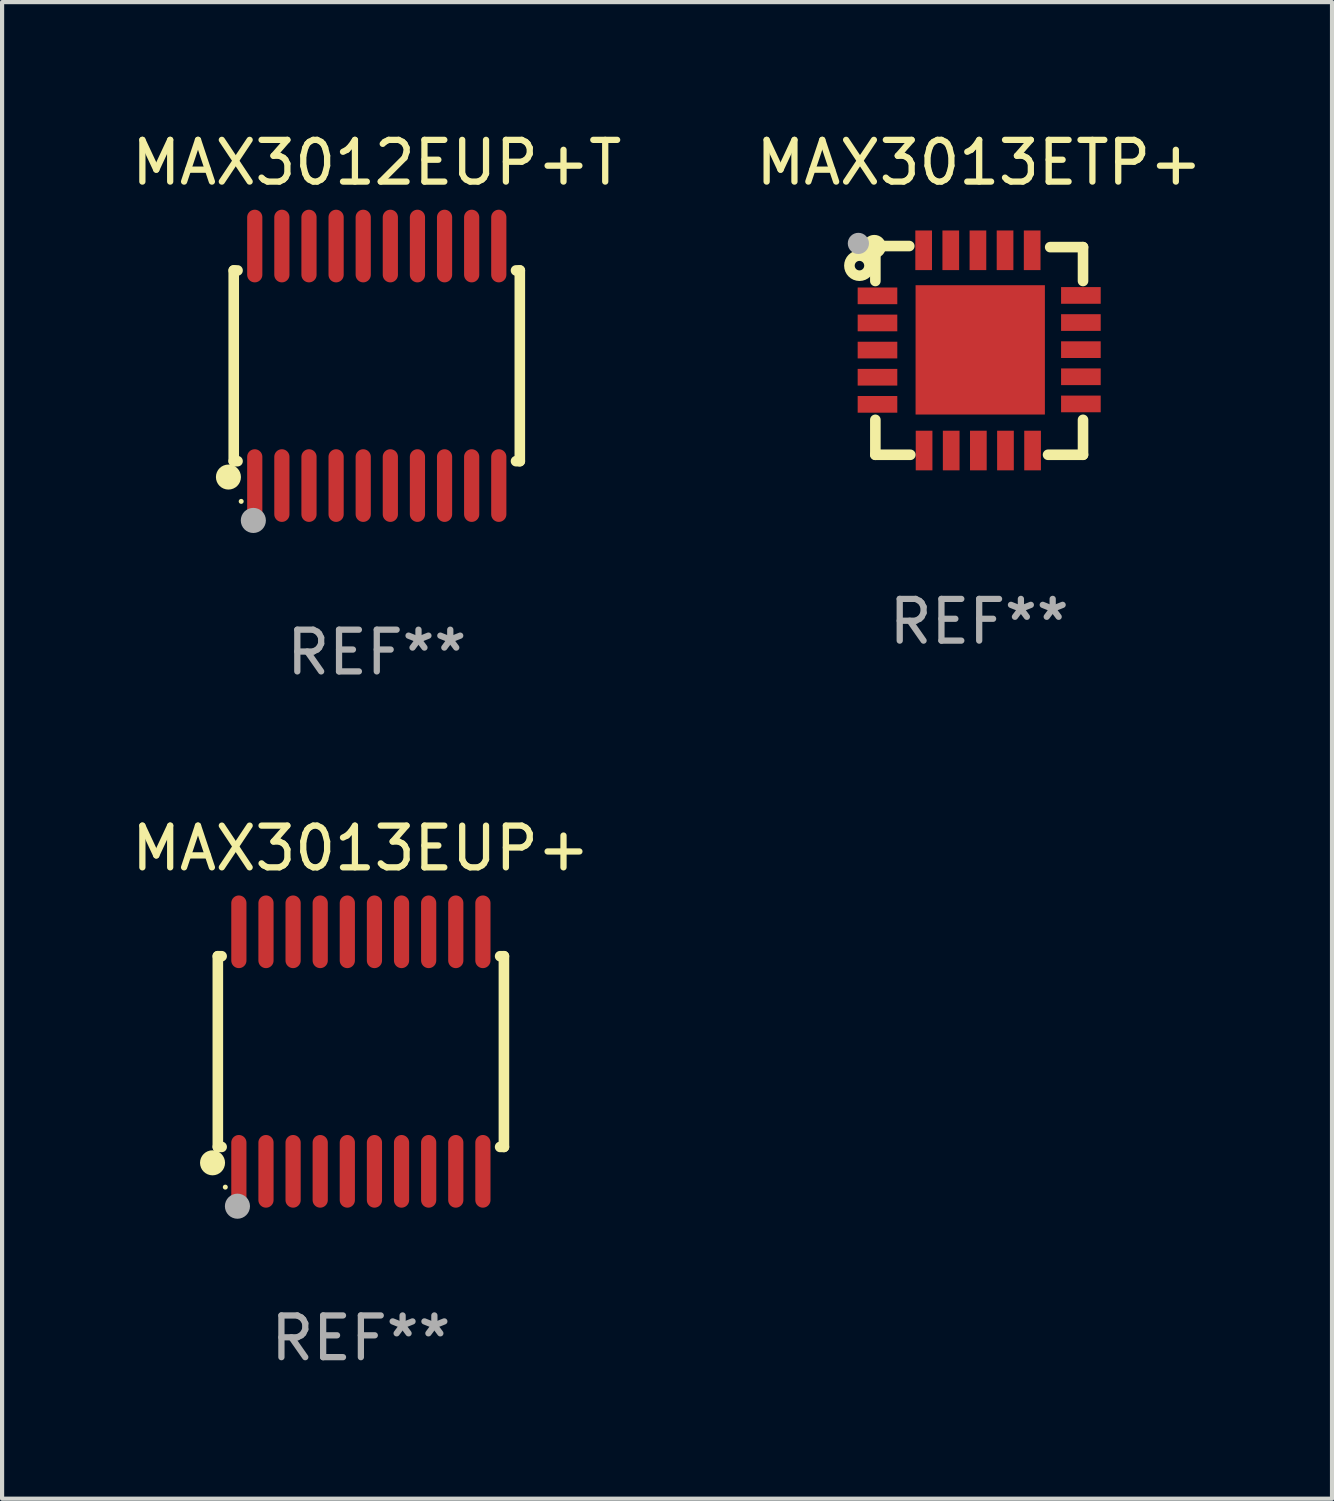
<source format=kicad_pcb>
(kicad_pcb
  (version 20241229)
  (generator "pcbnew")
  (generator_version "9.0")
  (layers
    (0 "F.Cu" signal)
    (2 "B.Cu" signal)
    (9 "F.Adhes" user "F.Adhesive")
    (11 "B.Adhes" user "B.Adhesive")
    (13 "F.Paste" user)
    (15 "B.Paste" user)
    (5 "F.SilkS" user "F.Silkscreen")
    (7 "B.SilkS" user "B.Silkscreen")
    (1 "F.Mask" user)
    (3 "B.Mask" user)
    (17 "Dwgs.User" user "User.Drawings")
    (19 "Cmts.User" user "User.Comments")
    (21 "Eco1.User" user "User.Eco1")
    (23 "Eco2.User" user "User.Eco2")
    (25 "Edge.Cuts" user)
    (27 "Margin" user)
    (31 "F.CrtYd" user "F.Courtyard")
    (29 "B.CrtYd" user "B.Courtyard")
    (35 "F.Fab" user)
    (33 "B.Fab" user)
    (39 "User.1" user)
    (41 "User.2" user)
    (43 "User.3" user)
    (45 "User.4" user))
  (footprint "MAX3012EUP+T"
    (layer "F.Cu")
    (at 5.982 5.719)
    (property "Reference" "MAX3012EUP+T" (at 0 -4.871 0) (layer "F.SilkS") (effects (font (size 1 1) (thickness 0.15))))
    (attr through_hole)
    (fp_line (start -3.429 -2.286) (end -3.429 2.286) (stroke (width 0.254) (type solid)) (layer "F.SilkS"))
    (fp_line (start -3.429 2.286) (end -3.338 2.286) (stroke (width 0.254) (type solid)) (layer "F.SilkS"))
    (fp_line (start -3.338 -2.286) (end -3.429 -2.286) (stroke (width 0.254) (type solid)) (layer "F.SilkS"))
    (fp_line (start 3.338 -2.286) (end 3.429 -2.286) (stroke (width 0.254) (type solid)) (layer "F.SilkS"))
    (fp_line (start 3.429 -2.286) (end 3.429 2.286) (stroke (width 0.254) (type solid)) (layer "F.SilkS"))
    (fp_line (start 3.429 2.286) (end 3.338 2.286) (stroke (width 0.254) (type solid)) (layer "F.SilkS"))
    (fp_circle (center -3.556 2.667) (end -3.406 2.667) (stroke (width 0.3) (type solid)) (fill no) (layer "F.SilkS"))
    (fp_circle (center -3.25 3.25) (end -3.22 3.25) (stroke (width 0.06) (type solid)) (fill no) (layer "F.SilkS"))
    (fp_circle (center -2.959 3.707) (end -2.808 3.707) (stroke (width 0.3) (type solid)) (fill no) (layer "F.Fab"))
    (fp_text user "REF**" (at 0 6.871 0) (layer "F.Fab") (effects (font (size 1 1) (thickness 0.15))))
    (pad "1" smd oval (at -2.925 2.871) (size 0.364 1.742) (layers "F.Cu" "F.Mask" "F.Paste"))
    (pad "2" smd oval (at -2.275 2.871) (size 0.364 1.742) (layers "F.Cu" "F.Mask" "F.Paste"))
    (pad "3" smd oval (at -1.625 2.871) (size 0.364 1.742) (layers "F.Cu" "F.Mask" "F.Paste"))
    (pad "4" smd oval (at -0.975 2.871) (size 0.364 1.742) (layers "F.Cu" "F.Mask" "F.Paste"))
    (pad "5" smd oval (at -0.325 2.871) (size 0.364 1.742) (layers "F.Cu" "F.Mask" "F.Paste"))
    (pad "6" smd oval (at 0.325 2.871) (size 0.364 1.742) (layers "F.Cu" "F.Mask" "F.Paste"))
    (pad "7" smd oval (at 0.975 2.871) (size 0.364 1.742) (layers "F.Cu" "F.Mask" "F.Paste"))
    (pad "8" smd oval (at 1.625 2.871) (size 0.364 1.742) (layers "F.Cu" "F.Mask" "F.Paste"))
    (pad "9" smd oval (at 2.275 2.871) (size 0.364 1.742) (layers "F.Cu" "F.Mask" "F.Paste"))
    (pad "10" smd oval (at 2.925 2.871) (size 0.364 1.742) (layers "F.Cu" "F.Mask" "F.Paste"))
    (pad "11" smd oval (at 2.925 -2.871) (size 0.364 1.742) (layers "F.Cu" "F.Mask" "F.Paste"))
    (pad "12" smd oval (at 2.275 -2.871) (size 0.364 1.742) (layers "F.Cu" "F.Mask" "F.Paste"))
    (pad "13" smd oval (at 1.625 -2.871) (size 0.364 1.742) (layers "F.Cu" "F.Mask" "F.Paste"))
    (pad "14" smd oval (at 0.975 -2.871) (size 0.364 1.742) (layers "F.Cu" "F.Mask" "F.Paste"))
    (pad "15" smd oval (at 0.325 -2.871) (size 0.364 1.742) (layers "F.Cu" "F.Mask" "F.Paste"))
    (pad "16" smd oval (at -0.325 -2.871) (size 0.364 1.742) (layers "F.Cu" "F.Mask" "F.Paste"))
    (pad "17" smd oval (at -0.975 -2.871) (size 0.364 1.742) (layers "F.Cu" "F.Mask" "F.Paste"))
    (pad "18" smd oval (at -1.625 -2.871) (size 0.364 1.742) (layers "F.Cu" "F.Mask" "F.Paste"))
    (pad "19" smd oval (at -2.275 -2.871) (size 0.364 1.742) (layers "F.Cu" "F.Mask" "F.Paste"))
    (pad "20" smd oval (at -2.925 -2.871) (size 0.364 1.742) (layers "F.Cu" "F.Mask" "F.Paste")))
  (footprint "MAX3013ETP+"
    (layer "F.Cu")
    (at 20.423 5.35)
    (property "Reference" "MAX3013ETP+" (at 0 -4.502 0) (layer "F.SilkS") (effects (font (size 1 1) (thickness 0.15))))
    (attr through_hole)
    (fp_line (start -2.489 -2.502) (end -2.489 -2.476) (stroke (width 0.254) (type solid)) (layer "F.SilkS"))
    (fp_line (start -2.489 -2.476) (end -2.489 -1.664) (stroke (width 0.254) (type solid)) (layer "F.SilkS"))
    (fp_line (start -2.489 2.502) (end -2.489 1.664) (stroke (width 0.254) (type solid)) (layer "F.SilkS"))
    (fp_line (start -2.464 -2.502) (end -2.489 -2.502) (stroke (width 0.254) (type solid)) (layer "F.SilkS"))
    (fp_line (start -1.676 -2.502) (end -2.464 -2.502) (stroke (width 0.254) (type solid)) (layer "F.SilkS"))
    (fp_line (start -1.651 2.502) (end -2.489 2.502) (stroke (width 0.254) (type solid)) (layer "F.SilkS"))
    (fp_line (start 2.489 -2.476) (end 1.702 -2.476) (stroke (width 0.254) (type solid)) (layer "F.SilkS"))
    (fp_line (start 2.489 -1.664) (end 2.489 -2.476) (stroke (width 0.254) (type solid)) (layer "F.SilkS"))
    (fp_line (start 2.489 1.664) (end 2.489 2.502) (stroke (width 0.254) (type solid)) (layer "F.SilkS"))
    (fp_line (start 2.489 2.502) (end 1.651 2.502) (stroke (width 0.254) (type solid)) (layer "F.SilkS"))
    (fp_circle (center -2.87 -2.032) (end -2.756 -2.032) (stroke (width 0.254) (type solid)) (fill no) (layer "F.SilkS"))
    (fp_circle (center -2.515 -2.489) (end -2.489 -2.489) (stroke (width 0.254) (type solid)) (fill no) (layer "F.SilkS"))
    (fp_circle (center -2.896 -2.565) (end -2.769 -2.565) (stroke (width 0.254) (type solid)) (fill no) (layer "F.Fab"))
    (fp_text user "REF**" (at 0 6.502 0) (layer "F.Fab") (effects (font (size 1 1) (thickness 0.15))))
    (pad "1" smd rect (at -2.438 -1.308 270) (size 0.4 0.95) (layers "F.Cu" "F.Mask" "F.Paste"))
    (pad "2" smd rect (at -2.438 -0.658 270) (size 0.4 0.95) (layers "F.Cu" "F.Mask" "F.Paste"))
    (pad "3" smd rect (at -2.438 -0.008 270) (size 0.4 0.95) (layers "F.Cu" "F.Mask" "F.Paste"))
    (pad "4" smd rect (at -2.438 0.643 270) (size 0.4 0.95) (layers "F.Cu" "F.Mask" "F.Paste"))
    (pad "5" smd rect (at -2.438 1.293 270) (size 0.4 0.95) (layers "F.Cu" "F.Mask" "F.Paste"))
    (pad "6" smd rect (at -1.321 2.4) (size 0.4 0.95) (layers "F.Cu" "F.Mask" "F.Paste"))
    (pad "7" smd rect (at -0.671 2.4) (size 0.4 0.95) (layers "F.Cu" "F.Mask" "F.Paste"))
    (pad "8" smd rect (at -0.02 2.4) (size 0.4 0.95) (layers "F.Cu" "F.Mask" "F.Paste"))
    (pad "9" smd rect (at 0.63 2.4) (size 0.4 0.95) (layers "F.Cu" "F.Mask" "F.Paste"))
    (pad "10" smd rect (at 1.28 2.4) (size 0.4 0.95) (layers "F.Cu" "F.Mask" "F.Paste"))
    (pad "11" smd rect (at 2.438 1.283 90) (size 0.4 0.95) (layers "F.Cu" "F.Mask" "F.Paste"))
    (pad "12" smd rect (at 2.438 0.632 90) (size 0.4 0.95) (layers "F.Cu" "F.Mask" "F.Paste"))
    (pad "13" smd rect (at 2.438 -0.018 90) (size 0.4 0.95) (layers "F.Cu" "F.Mask" "F.Paste"))
    (pad "14" smd rect (at 2.438 -0.668 90) (size 0.4 0.95) (layers "F.Cu" "F.Mask" "F.Paste"))
    (pad "15" smd rect (at 2.438 -1.318 90) (size 0.4 0.95) (layers "F.Cu" "F.Mask" "F.Paste"))
    (pad "16" smd rect (at 1.27 -2.4 180) (size 0.4 0.95) (layers "F.Cu" "F.Mask" "F.Paste"))
    (pad "17" smd rect (at 0.62 -2.4 180) (size 0.4 0.95) (layers "F.Cu" "F.Mask" "F.Paste"))
    (pad "18" smd rect (at -0.03 -2.4 180) (size 0.4 0.95) (layers "F.Cu" "F.Mask" "F.Paste"))
    (pad "19" smd rect (at -0.681 -2.4 180) (size 0.4 0.95) (layers "F.Cu" "F.Mask" "F.Paste"))
    (pad "20" smd rect (at -1.331 -2.4 180) (size 0.4 0.95) (layers "F.Cu" "F.Mask" "F.Paste"))
    (pad "21" smd rect (at 0.025 -0.013 180) (size 3.1 3.1) (layers "F.Cu" "F.Mask" "F.Paste")))
  (footprint "MAX3013EUP+"
    (layer "F.Cu")
    (at 5.601 22.158)
    (property "Reference" "MAX3013EUP+" (at 0 -4.871 0) (layer "F.SilkS") (effects (font (size 1 1) (thickness 0.15))))
    (attr through_hole)
    (fp_line (start -3.429 -2.286) (end -3.429 2.286) (stroke (width 0.254) (type solid)) (layer "F.SilkS"))
    (fp_line (start -3.429 2.286) (end -3.338 2.286) (stroke (width 0.254) (type solid)) (layer "F.SilkS"))
    (fp_line (start -3.338 -2.286) (end -3.429 -2.286) (stroke (width 0.254) (type solid)) (layer "F.SilkS"))
    (fp_line (start 3.338 -2.286) (end 3.429 -2.286) (stroke (width 0.254) (type solid)) (layer "F.SilkS"))
    (fp_line (start 3.429 -2.286) (end 3.429 2.286) (stroke (width 0.254) (type solid)) (layer "F.SilkS"))
    (fp_line (start 3.429 2.286) (end 3.338 2.286) (stroke (width 0.254) (type solid)) (layer "F.SilkS"))
    (fp_circle (center -3.556 2.667) (end -3.406 2.667) (stroke (width 0.3) (type solid)) (fill no) (layer "F.SilkS"))
    (fp_circle (center -3.25 3.25) (end -3.22 3.25) (stroke (width 0.06) (type solid)) (fill no) (layer "F.SilkS"))
    (fp_circle (center -2.959 3.707) (end -2.808 3.707) (stroke (width 0.3) (type solid)) (fill no) (layer "F.Fab"))
    (fp_text user "REF**" (at 0 6.871 0) (layer "F.Fab") (effects (font (size 1 1) (thickness 0.15))))
    (pad "1" smd oval (at -2.925 2.871) (size 0.364 1.742) (layers "F.Cu" "F.Mask" "F.Paste"))
    (pad "2" smd oval (at -2.275 2.871) (size 0.364 1.742) (layers "F.Cu" "F.Mask" "F.Paste"))
    (pad "3" smd oval (at -1.625 2.871) (size 0.364 1.742) (layers "F.Cu" "F.Mask" "F.Paste"))
    (pad "4" smd oval (at -0.975 2.871) (size 0.364 1.742) (layers "F.Cu" "F.Mask" "F.Paste"))
    (pad "5" smd oval (at -0.325 2.871) (size 0.364 1.742) (layers "F.Cu" "F.Mask" "F.Paste"))
    (pad "6" smd oval (at 0.325 2.871) (size 0.364 1.742) (layers "F.Cu" "F.Mask" "F.Paste"))
    (pad "7" smd oval (at 0.975 2.871) (size 0.364 1.742) (layers "F.Cu" "F.Mask" "F.Paste"))
    (pad "8" smd oval (at 1.625 2.871) (size 0.364 1.742) (layers "F.Cu" "F.Mask" "F.Paste"))
    (pad "9" smd oval (at 2.275 2.871) (size 0.364 1.742) (layers "F.Cu" "F.Mask" "F.Paste"))
    (pad "10" smd oval (at 2.925 2.871) (size 0.364 1.742) (layers "F.Cu" "F.Mask" "F.Paste"))
    (pad "11" smd oval (at 2.925 -2.871) (size 0.364 1.742) (layers "F.Cu" "F.Mask" "F.Paste"))
    (pad "12" smd oval (at 2.275 -2.871) (size 0.364 1.742) (layers "F.Cu" "F.Mask" "F.Paste"))
    (pad "13" smd oval (at 1.625 -2.871) (size 0.364 1.742) (layers "F.Cu" "F.Mask" "F.Paste"))
    (pad "14" smd oval (at 0.975 -2.871) (size 0.364 1.742) (layers "F.Cu" "F.Mask" "F.Paste"))
    (pad "15" smd oval (at 0.325 -2.871) (size 0.364 1.742) (layers "F.Cu" "F.Mask" "F.Paste"))
    (pad "16" smd oval (at -0.325 -2.871) (size 0.364 1.742) (layers "F.Cu" "F.Mask" "F.Paste"))
    (pad "17" smd oval (at -0.975 -2.871) (size 0.364 1.742) (layers "F.Cu" "F.Mask" "F.Paste"))
    (pad "18" smd oval (at -1.625 -2.871) (size 0.364 1.742) (layers "F.Cu" "F.Mask" "F.Paste"))
    (pad "19" smd oval (at -2.275 -2.871) (size 0.364 1.742) (layers "F.Cu" "F.Mask" "F.Paste"))
    (pad "20" smd oval (at -2.925 -2.871) (size 0.364 1.742) (layers "F.Cu" "F.Mask" "F.Paste")))
  (gr_rect
    (start -3 -3)
    (end 28.881 32.877)
    (stroke (width 0.1) (type default))
    (fill no)
    (layer "Edge.Cuts")))
</source>
